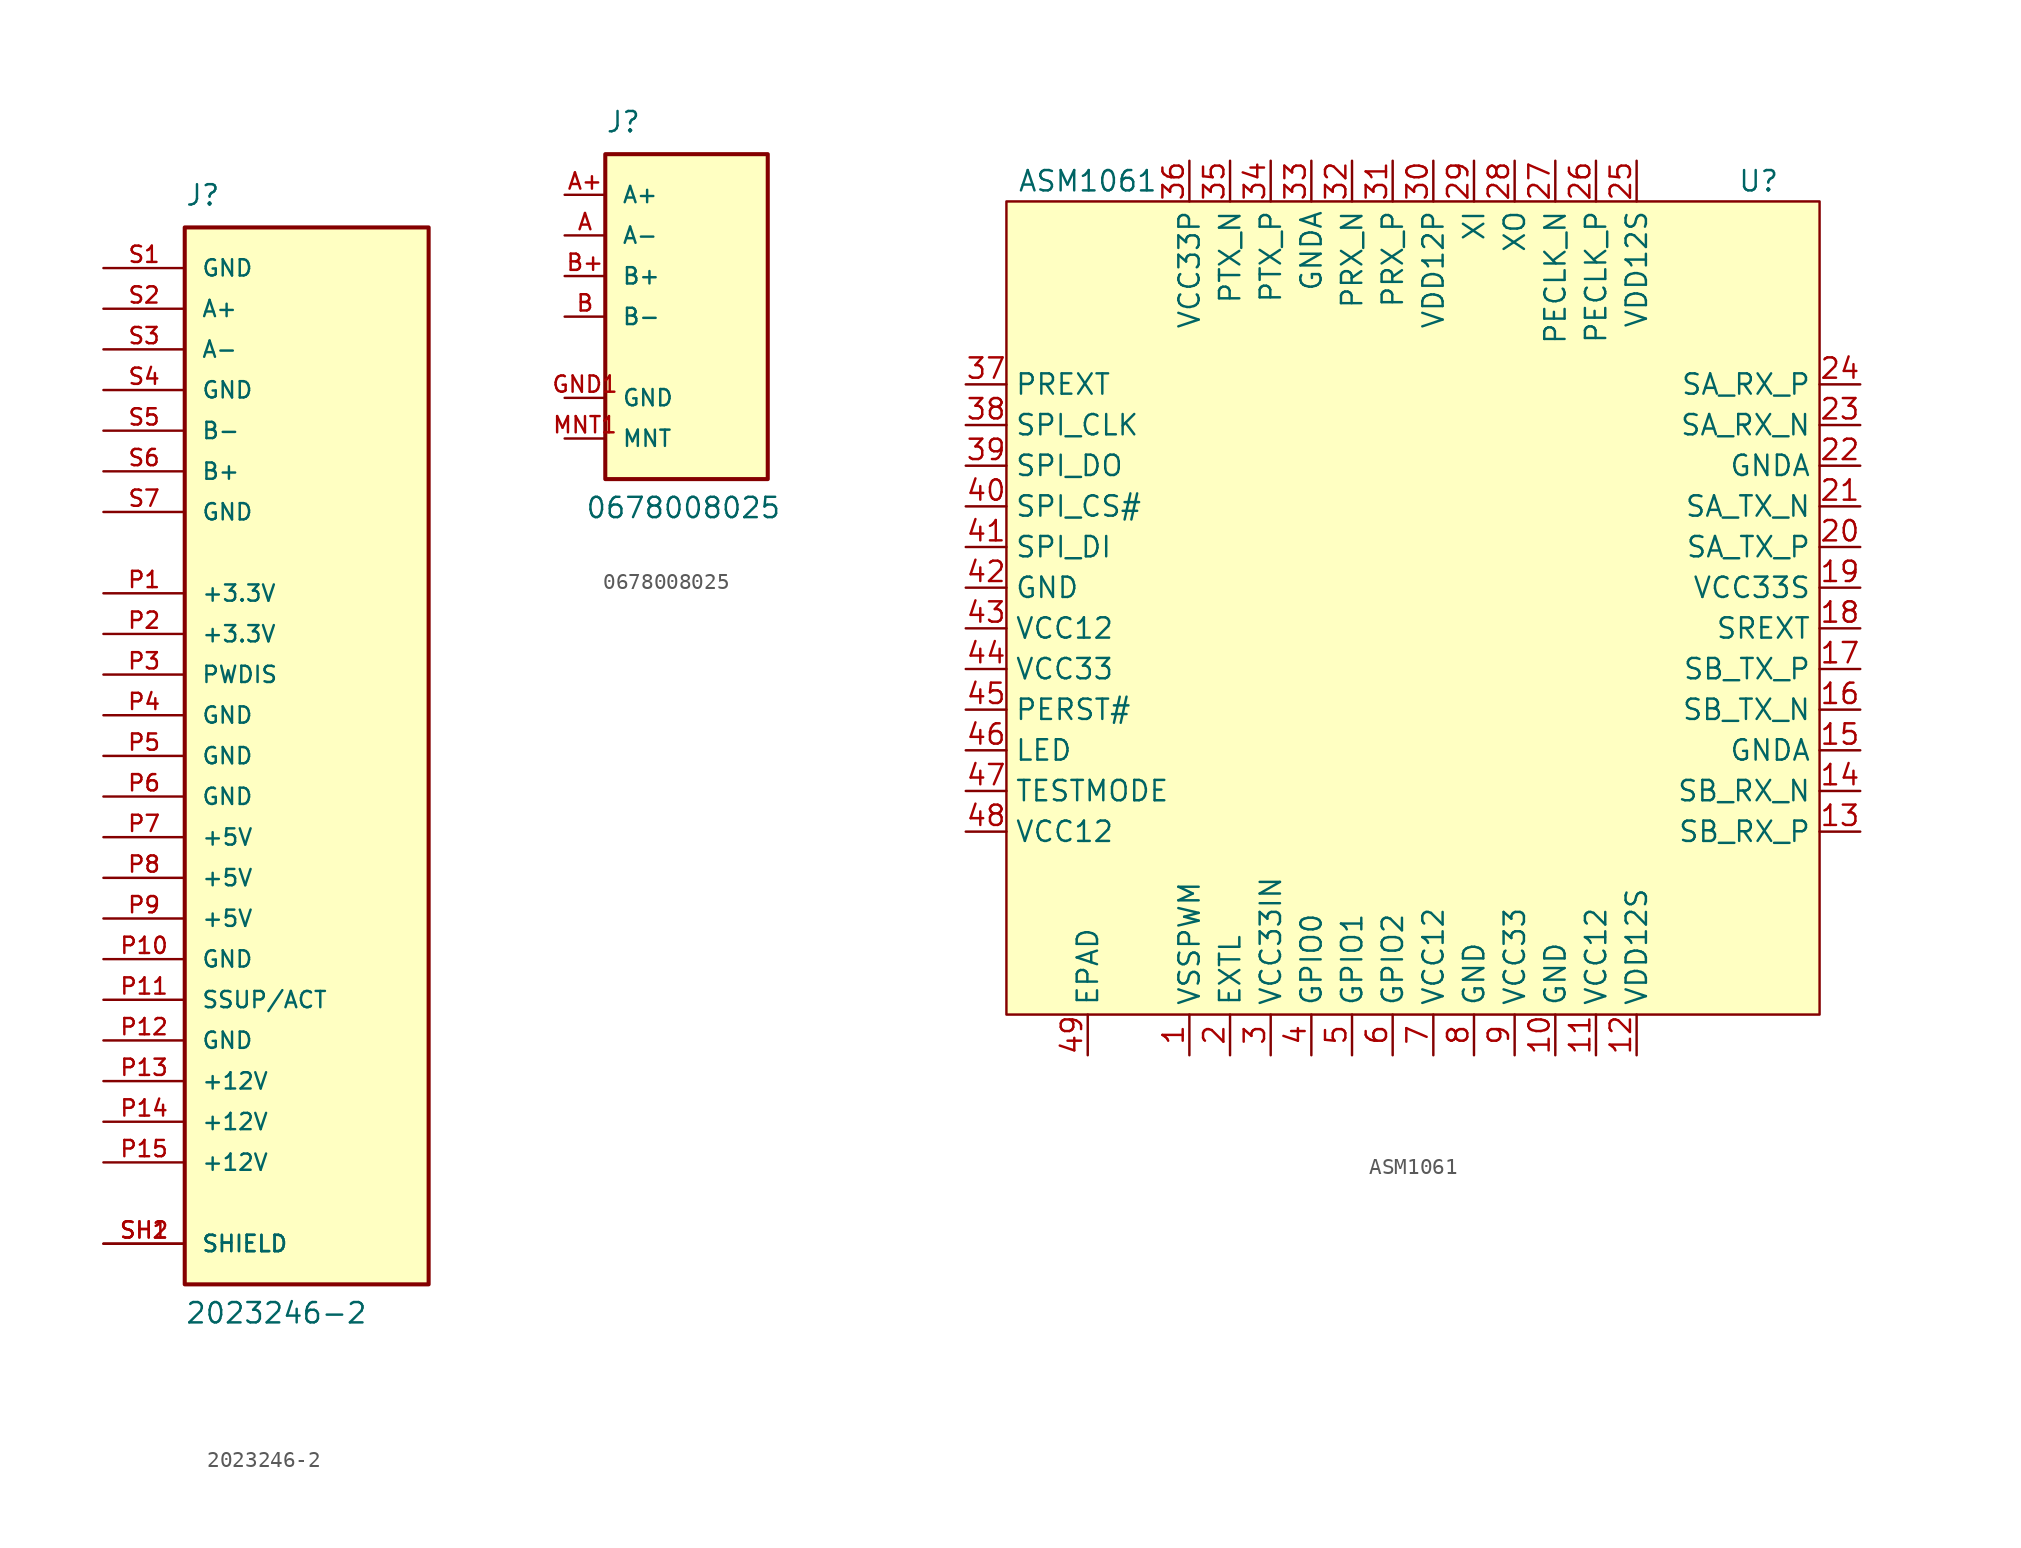
<source format=kicad_sym>
(kicad_symbol_lib
  (version 20211014)
  (generator kicad_symbol_editor)
  (symbol "ASM1061:2023246-2"
    (pin_names
      (offset 1.016))
    (property "Reference" "J"
      (at -7.62 34.29 0)
      (effects (font (size 1.27 1.27)) (justify left bottom)))
    (property "Value" "2023246-2"
      (at -7.62 -35.56 0)
      (effects (font (size 1.27 1.27)) (justify left bottom)))
    (symbol "2023246-2_0_0"
      (rectangle (start -7.62 -33.02) (end 7.62 33.02) (stroke (width 0.254) (type default) (color 0 0 0 0)) (fill (type background)))
      (pin passive line (at -12.7 10.16 0) (length 5.08) (name "+3.3V" (effects (font (size 1.016 1.016)))) (number "P1" (effects (font (size 1.016 1.016)))))
      (pin passive line (at -12.7 -12.7 0) (length 5.08) (name "GND" (effects (font (size 1.016 1.016)))) (number "P10" (effects (font (size 1.016 1.016)))))
      (pin passive line (at -12.7 -15.24 0) (length 5.08) (name "SSUP/ACT" (effects (font (size 1.016 1.016)))) (number "P11" (effects (font (size 1.016 1.016)))))
      (pin passive line (at -12.7 -17.78 0) (length 5.08) (name "GND" (effects (font (size 1.016 1.016)))) (number "P12" (effects (font (size 1.016 1.016)))))
      (pin passive line (at -12.7 -20.32 0) (length 5.08) (name "+12V" (effects (font (size 1.016 1.016)))) (number "P13" (effects (font (size 1.016 1.016)))))
      (pin passive line (at -12.7 -22.86 0) (length 5.08) (name "+12V" (effects (font (size 1.016 1.016)))) (number "P14" (effects (font (size 1.016 1.016)))))
      (pin passive line (at -12.7 -25.4 0) (length 5.08) (name "+12V" (effects (font (size 1.016 1.016)))) (number "P15" (effects (font (size 1.016 1.016)))))
      (pin passive line (at -12.7 7.62 0) (length 5.08) (name "+3.3V" (effects (font (size 1.016 1.016)))) (number "P2" (effects (font (size 1.016 1.016)))))
      (pin passive line (at -12.7 5.08 0) (length 5.08) (name "PWDIS" (effects (font (size 1.016 1.016)))) (number "P3" (effects (font (size 1.016 1.016)))))
      (pin passive line (at -12.7 2.54 0) (length 5.08) (name "GND" (effects (font (size 1.016 1.016)))) (number "P4" (effects (font (size 1.016 1.016)))))
      (pin passive line (at -12.7 0 0) (length 5.08) (name "GND" (effects (font (size 1.016 1.016)))) (number "P5" (effects (font (size 1.016 1.016)))))
      (pin passive line (at -12.7 -2.54 0) (length 5.08) (name "GND" (effects (font (size 1.016 1.016)))) (number "P6" (effects (font (size 1.016 1.016)))))
      (pin passive line (at -12.7 -5.08 0) (length 5.08) (name "+5V" (effects (font (size 1.016 1.016)))) (number "P7" (effects (font (size 1.016 1.016)))))
      (pin passive line (at -12.7 -7.62 0) (length 5.08) (name "+5V" (effects (font (size 1.016 1.016)))) (number "P8" (effects (font (size 1.016 1.016)))))
      (pin passive line (at -12.7 -10.16 0) (length 5.08) (name "+5V" (effects (font (size 1.016 1.016)))) (number "P9" (effects (font (size 1.016 1.016)))))
      (pin passive line (at -12.7 30.48 0) (length 5.08) (name "GND" (effects (font (size 1.016 1.016)))) (number "S1" (effects (font (size 1.016 1.016)))))
      (pin passive line (at -12.7 27.94 0) (length 5.08) (name "A+" (effects (font (size 1.016 1.016)))) (number "S2" (effects (font (size 1.016 1.016)))))
      (pin passive line (at -12.7 25.4 0) (length 5.08) (name "A-" (effects (font (size 1.016 1.016)))) (number "S3" (effects (font (size 1.016 1.016)))))
      (pin passive line (at -12.7 22.86 0) (length 5.08) (name "GND" (effects (font (size 1.016 1.016)))) (number "S4" (effects (font (size 1.016 1.016)))))
      (pin passive line (at -12.7 20.32 0) (length 5.08) (name "B-" (effects (font (size 1.016 1.016)))) (number "S5" (effects (font (size 1.016 1.016)))))
      (pin passive line (at -12.7 17.78 0) (length 5.08) (name "B+" (effects (font (size 1.016 1.016)))) (number "S6" (effects (font (size 1.016 1.016)))))
      (pin passive line (at -12.7 15.24 0) (length 5.08) (name "GND" (effects (font (size 1.016 1.016)))) (number "S7" (effects (font (size 1.016 1.016)))))
      (pin passive line (at -12.7 -30.48 0) (length 5.08) (name "SHIELD" (effects (font (size 1.016 1.016)))) (number "SH1" (effects (font (size 1.016 1.016)))))
      (pin passive line (at -12.7 -30.48 0) (length 5.08) (name "SHIELD" (effects (font (size 1.016 1.016)))) (number "SH2" (effects (font (size 1.016 1.016)))))))
  (symbol "ASM1061:0678008025"
    (pin_names
      (offset 1.016))
    (property "Reference" "J"
      (at -5.08 11.43 0)
      (effects (font (size 1.27 1.27)) (justify left bottom)))
    (property "Value" "0678008025"
      (at -6.35 -12.7 0)
      (effects (font (size 1.27 1.27)) (justify left bottom)))
    (symbol "0678008025_0_0"
      (rectangle (start -5.08 -10.16) (end 5.08 10.16) (stroke (width 0.254) (type default) (color 0 0 0 0)) (fill (type background)))
      (pin bidirectional line (at -7.62 5.08 0) (length 2.54) (name "A-" (effects (font (size 1.016 1.016)))) (number "A" (effects (font (size 1.016 1.016)))))
      (pin bidirectional line (at -7.62 7.62 0) (length 2.54) (name "A+" (effects (font (size 1.016 1.016)))) (number "A+" (effects (font (size 1.016 1.016)))))
      (pin bidirectional line (at -7.62 0 0) (length 2.54) (name "B-" (effects (font (size 1.016 1.016)))) (number "B" (effects (font (size 1.016 1.016)))))
      (pin bidirectional line (at -7.62 2.54 0) (length 2.54) (name "B+" (effects (font (size 1.016 1.016)))) (number "B+" (effects (font (size 1.016 1.016)))))
      (pin power_in line (at -7.62 -5.08 0) (length 2.54) (name "GND" (effects (font (size 1.016 1.016)))) (number "GND1" (effects (font (size 1.016 1.016)))))
      (pin power_in line (at -7.62 -5.08 0) (length 2.54) hide (name "GND" (effects (font (size 1.016 1.016)))) (number "GND2" (effects (font (size 1.016 1.016)))))
      (pin power_in line (at -7.62 -5.08 0) (length 2.54) hide (name "GND" (effects (font (size 1.016 1.016)))) (number "GND3" (effects (font (size 1.016 1.016)))))
      (pin bidirectional line (at -7.62 -7.62 0) (length 2.54) (name "MNT" (effects (font (size 1.016 1.016)))) (number "MNT1" (effects (font (size 1.016 1.016)))))
      (pin bidirectional line (at -7.62 -7.62 0) (length 2.54) hide (name "MNT" (effects (font (size 1.016 1.016)))) (number "MNT2" (effects (font (size 1.016 1.016)))))))
  (symbol "ASM1061:ASM1061"
    (property "Reference" "U"
      (at -3.81 52.07 0)
      (effects (font (size 1.27 1.27))))
    (property "Value" "ASM1061"
      (at -45.72 52.07 0)
      (effects (font (size 1.27 1.27))))
    (symbol "ASM1061_0_1"
      (rectangle (start -50.8 50.8) (end 0 0) (stroke (width 0.152) (type default) (color 0 0 0 0)) (fill (type background))))
    (symbol "ASM1061_1_1"
      (pin power_out line (at -39.37 -2.54 90) (length 2.54) (name "VSSPWM" (effects (font (size 1.27 1.27)))) (number "1" (effects (font (size 1.27 1.27)))))
      (pin power_out line (at -16.51 -2.54 90) (length 2.54) (name "GND" (effects (font (size 1.27 1.27)))) (number "10" (effects (font (size 1.27 1.27)))))
      (pin power_in line (at -13.97 -2.54 90) (length 2.54) (name "VCC12" (effects (font (size 1.27 1.27)))) (number "11" (effects (font (size 1.27 1.27)))))
      (pin power_in line (at -11.43 -2.54 90) (length 2.54) (name "VDD12S" (effects (font (size 1.27 1.27)))) (number "12" (effects (font (size 1.27 1.27)))))
      (pin input line (at 2.54 11.43 180) (length 2.54) (name "SB_RX_P" (effects (font (size 1.27 1.27)))) (number "13" (effects (font (size 1.27 1.27)))))
      (pin input line (at 2.54 13.97 180) (length 2.54) (name "SB_RX_N" (effects (font (size 1.27 1.27)))) (number "14" (effects (font (size 1.27 1.27)))))
      (pin power_out line (at 2.54 16.51 180) (length 2.54) (name "GNDA" (effects (font (size 1.27 1.27)))) (number "15" (effects (font (size 1.27 1.27)))))
      (pin output line (at 2.54 19.05 180) (length 2.54) (name "SB_TX_N" (effects (font (size 1.27 1.27)))) (number "16" (effects (font (size 1.27 1.27)))))
      (pin output line (at 2.54 21.59 180) (length 2.54) (name "SB_TX_P" (effects (font (size 1.27 1.27)))) (number "17" (effects (font (size 1.27 1.27)))))
      (pin passive line (at 2.54 24.13 180) (length 2.54) (name "SREXT" (effects (font (size 1.27 1.27)))) (number "18" (effects (font (size 1.27 1.27)))))
      (pin power_in line (at 2.54 26.67 180) (length 2.54) (name "VCC33S" (effects (font (size 1.27 1.27)))) (number "19" (effects (font (size 1.27 1.27)))))
      (pin power_out line (at -36.83 -2.54 90) (length 2.54) (name "EXTL" (effects (font (size 1.27 1.27)))) (number "2" (effects (font (size 1.27 1.27)))))
      (pin output line (at 2.54 29.21 180) (length 2.54) (name "SA_TX_P" (effects (font (size 1.27 1.27)))) (number "20" (effects (font (size 1.27 1.27)))))
      (pin output line (at 2.54 31.75 180) (length 2.54) (name "SA_TX_N" (effects (font (size 1.27 1.27)))) (number "21" (effects (font (size 1.27 1.27)))))
      (pin power_out line (at 2.54 34.29 180) (length 2.54) (name "GNDA" (effects (font (size 1.27 1.27)))) (number "22" (effects (font (size 1.27 1.27)))))
      (pin input line (at 2.54 36.83 180) (length 2.54) (name "SA_RX_N" (effects (font (size 1.27 1.27)))) (number "23" (effects (font (size 1.27 1.27)))))
      (pin input line (at 2.54 39.37 180) (length 2.54) (name "SA_RX_P" (effects (font (size 1.27 1.27)))) (number "24" (effects (font (size 1.27 1.27)))))
      (pin power_in line (at -11.43 53.34 270) (length 2.54) (name "VDD12S" (effects (font (size 1.27 1.27)))) (number "25" (effects (font (size 1.27 1.27)))))
      (pin input line (at -13.97 53.34 270) (length 2.54) (name "PECLK_P" (effects (font (size 1.27 1.27)))) (number "26" (effects (font (size 1.27 1.27)))))
      (pin input line (at -16.51 53.34 270) (length 2.54) (name "PECLK_N" (effects (font (size 1.27 1.27)))) (number "27" (effects (font (size 1.27 1.27)))))
      (pin output line (at -19.05 53.34 270) (length 2.54) (name "XO" (effects (font (size 1.27 1.27)))) (number "28" (effects (font (size 1.27 1.27)))))
      (pin input line (at -21.59 53.34 270) (length 2.54) (name "XI" (effects (font (size 1.27 1.27)))) (number "29" (effects (font (size 1.27 1.27)))))
      (pin power_in line (at -34.29 -2.54 90) (length 2.54) (name "VCC33IN" (effects (font (size 1.27 1.27)))) (number "3" (effects (font (size 1.27 1.27)))))
      (pin power_in line (at -24.13 53.34 270) (length 2.54) (name "VDD12P" (effects (font (size 1.27 1.27)))) (number "30" (effects (font (size 1.27 1.27)))))
      (pin input line (at -26.67 53.34 270) (length 2.54) (name "PRX_P" (effects (font (size 1.27 1.27)))) (number "31" (effects (font (size 1.27 1.27)))))
      (pin input line (at -29.21 53.34 270) (length 2.54) (name "PRX_N" (effects (font (size 1.27 1.27)))) (number "32" (effects (font (size 1.27 1.27)))))
      (pin power_out line (at -31.75 53.34 270) (length 2.54) (name "GNDA" (effects (font (size 1.27 1.27)))) (number "33" (effects (font (size 1.27 1.27)))))
      (pin output line (at -34.29 53.34 270) (length 2.54) (name "PTX_P" (effects (font (size 1.27 1.27)))) (number "34" (effects (font (size 1.27 1.27)))))
      (pin output line (at -36.83 53.34 270) (length 2.54) (name "PTX_N" (effects (font (size 1.27 1.27)))) (number "35" (effects (font (size 1.27 1.27)))))
      (pin power_in line (at -39.37 53.34 270) (length 2.54) (name "VCC33P" (effects (font (size 1.27 1.27)))) (number "36" (effects (font (size 1.27 1.27)))))
      (pin passive line (at -53.34 39.37 0) (length 2.54) (name "PREXT" (effects (font (size 1.27 1.27)))) (number "37" (effects (font (size 1.27 1.27)))))
      (pin output line (at -53.34 36.83 0) (length 2.54) (name "SPI_CLK" (effects (font (size 1.27 1.27)))) (number "38" (effects (font (size 1.27 1.27)))))
      (pin output line (at -53.34 34.29 0) (length 2.54) (name "SPI_DO" (effects (font (size 1.27 1.27)))) (number "39" (effects (font (size 1.27 1.27)))))
      (pin bidirectional line (at -31.75 -2.54 90) (length 2.54) (name "GPIO0" (effects (font (size 1.27 1.27)))) (number "4" (effects (font (size 1.27 1.27)))))
      (pin output line (at -53.34 31.75 0) (length 2.54) (name "SPI_CS#" (effects (font (size 1.27 1.27)))) (number "40" (effects (font (size 1.27 1.27)))))
      (pin input line (at -53.34 29.21 0) (length 2.54) (name "SPI_DI" (effects (font (size 1.27 1.27)))) (number "41" (effects (font (size 1.27 1.27)))))
      (pin power_out line (at -53.34 26.67 0) (length 2.54) (name "GND" (effects (font (size 1.27 1.27)))) (number "42" (effects (font (size 1.27 1.27)))))
      (pin power_in line (at -53.34 24.13 0) (length 2.54) (name "VCC12" (effects (font (size 1.27 1.27)))) (number "43" (effects (font (size 1.27 1.27)))))
      (pin power_in line (at -53.34 21.59 0) (length 2.54) (name "VCC33" (effects (font (size 1.27 1.27)))) (number "44" (effects (font (size 1.27 1.27)))))
      (pin input line (at -53.34 19.05 0) (length 2.54) (name "PERST#" (effects (font (size 1.27 1.27)))) (number "45" (effects (font (size 1.27 1.27)))))
      (pin open_collector line (at -53.34 16.51 0) (length 2.54) (name "LED" (effects (font (size 1.27 1.27)))) (number "46" (effects (font (size 1.27 1.27)))))
      (pin input line (at -53.34 13.97 0) (length 2.54) (name "TESTMODE" (effects (font (size 1.27 1.27)))) (number "47" (effects (font (size 1.27 1.27)))))
      (pin power_in line (at -53.34 11.43 0) (length 2.54) (name "VCC12" (effects (font (size 1.27 1.27)))) (number "48" (effects (font (size 1.27 1.27)))))
      (pin passive line (at -45.72 -2.54 90) (length 2.54) (name "EPAD" (effects (font (size 1.27 1.27)))) (number "49" (effects (font (size 1.27 1.27)))))
      (pin bidirectional line (at -29.21 -2.54 90) (length 2.54) (name "GPIO1" (effects (font (size 1.27 1.27)))) (number "5" (effects (font (size 1.27 1.27)))))
      (pin bidirectional line (at -26.67 -2.54 90) (length 2.54) (name "GPIO2" (effects (font (size 1.27 1.27)))) (number "6" (effects (font (size 1.27 1.27)))))
      (pin power_in line (at -24.13 -2.54 90) (length 2.54) (name "VCC12" (effects (font (size 1.27 1.27)))) (number "7" (effects (font (size 1.27 1.27)))))
      (pin power_out line (at -21.59 -2.54 90) (length 2.54) (name "GND" (effects (font (size 1.27 1.27)))) (number "8" (effects (font (size 1.27 1.27)))))
      (pin power_in line (at -19.05 -2.54 90) (length 2.54) (name "VCC33" (effects (font (size 1.27 1.27)))) (number "9" (effects (font (size 1.27 1.27))))))))
</source>
